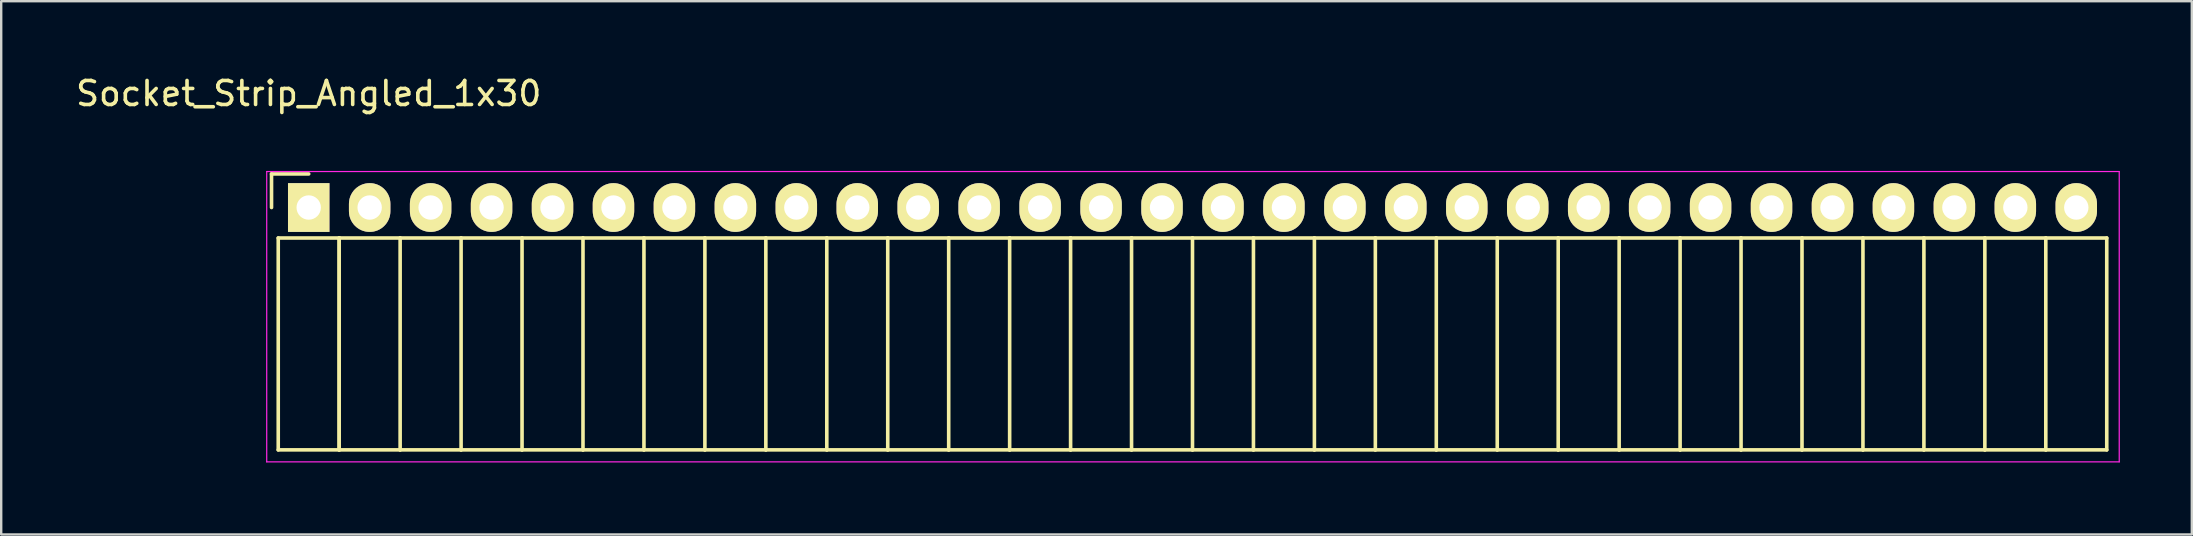
<source format=kicad_pcb>
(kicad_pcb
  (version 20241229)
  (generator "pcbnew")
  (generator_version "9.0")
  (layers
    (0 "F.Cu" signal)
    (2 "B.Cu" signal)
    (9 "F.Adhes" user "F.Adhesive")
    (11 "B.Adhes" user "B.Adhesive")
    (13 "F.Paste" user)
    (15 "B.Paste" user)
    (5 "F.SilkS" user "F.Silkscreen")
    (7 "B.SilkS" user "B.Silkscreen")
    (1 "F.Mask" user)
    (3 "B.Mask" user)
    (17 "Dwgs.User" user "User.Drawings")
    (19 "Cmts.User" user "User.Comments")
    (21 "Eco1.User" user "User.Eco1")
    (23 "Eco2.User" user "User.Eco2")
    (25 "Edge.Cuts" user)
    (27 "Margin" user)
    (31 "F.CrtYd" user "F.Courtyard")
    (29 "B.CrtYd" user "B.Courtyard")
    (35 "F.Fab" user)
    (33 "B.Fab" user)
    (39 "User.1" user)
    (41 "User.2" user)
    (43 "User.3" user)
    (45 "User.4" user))
  (footprint "Socket_Strip_Angled_1x30"
    (layer "F.Cu")
    (at 9.815 5.598)
    (property "Reference" "Socket_Strip_Angled_1x30" (at 0 -4.75 0) (layer "F.SilkS") (effects (font (size 1 1) (thickness 0.15))))
    (attr through_hole)
    (fp_line (start -1.55 -1.4) (end -1.55 0) (stroke (width 0.15) (type solid)) (layer "F.SilkS"))
    (fp_line (start -1.27 1.27) (end -1.27 10.1) (stroke (width 0.15) (type solid)) (layer "F.SilkS"))
    (fp_line (start -1.27 1.27) (end 1.27 1.27) (stroke (width 0.15) (type solid)) (layer "F.SilkS"))
    (fp_line (start -1.27 10.1) (end 1.27 10.1) (stroke (width 0.15) (type solid)) (layer "F.SilkS"))
    (fp_line (start 0 -1.4) (end -1.55 -1.4) (stroke (width 0.15) (type solid)) (layer "F.SilkS"))
    (fp_line (start 1.27 1.27) (end 1.27 10.1) (stroke (width 0.15) (type solid)) (layer "F.SilkS"))
    (fp_line (start 1.27 1.27) (end 3.81 1.27) (stroke (width 0.15) (type solid)) (layer "F.SilkS"))
    (fp_line (start 1.27 10.1) (end 1.27 1.27) (stroke (width 0.15) (type solid)) (layer "F.SilkS"))
    (fp_line (start 1.27 10.1) (end 3.81 10.1) (stroke (width 0.15) (type solid)) (layer "F.SilkS"))
    (fp_line (start 3.81 1.27) (end 6.35 1.27) (stroke (width 0.15) (type solid)) (layer "F.SilkS"))
    (fp_line (start 3.81 10.1) (end 3.81 1.27) (stroke (width 0.15) (type solid)) (layer "F.SilkS"))
    (fp_line (start 3.81 10.1) (end 6.35 10.1) (stroke (width 0.15) (type solid)) (layer "F.SilkS"))
    (fp_line (start 6.35 1.27) (end 8.89 1.27) (stroke (width 0.15) (type solid)) (layer "F.SilkS"))
    (fp_line (start 6.35 10.1) (end 6.35 1.27) (stroke (width 0.15) (type solid)) (layer "F.SilkS"))
    (fp_line (start 6.35 10.1) (end 8.89 10.1) (stroke (width 0.15) (type solid)) (layer "F.SilkS"))
    (fp_line (start 8.89 1.27) (end 11.43 1.27) (stroke (width 0.15) (type solid)) (layer "F.SilkS"))
    (fp_line (start 8.89 10.1) (end 8.89 1.27) (stroke (width 0.15) (type solid)) (layer "F.SilkS"))
    (fp_line (start 8.89 10.1) (end 11.43 10.1) (stroke (width 0.15) (type solid)) (layer "F.SilkS"))
    (fp_line (start 11.43 1.27) (end 13.97 1.27) (stroke (width 0.15) (type solid)) (layer "F.SilkS"))
    (fp_line (start 11.43 10.1) (end 11.43 1.27) (stroke (width 0.15) (type solid)) (layer "F.SilkS"))
    (fp_line (start 11.43 10.1) (end 13.97 10.1) (stroke (width 0.15) (type solid)) (layer "F.SilkS"))
    (fp_line (start 13.97 1.27) (end 16.51 1.27) (stroke (width 0.15) (type solid)) (layer "F.SilkS"))
    (fp_line (start 13.97 10.1) (end 13.97 1.27) (stroke (width 0.15) (type solid)) (layer "F.SilkS"))
    (fp_line (start 13.97 10.1) (end 16.51 10.1) (stroke (width 0.15) (type solid)) (layer "F.SilkS"))
    (fp_line (start 16.51 1.27) (end 19.05 1.27) (stroke (width 0.15) (type solid)) (layer "F.SilkS"))
    (fp_line (start 16.51 10.1) (end 16.51 1.27) (stroke (width 0.15) (type solid)) (layer "F.SilkS"))
    (fp_line (start 16.51 10.1) (end 19.05 10.1) (stroke (width 0.15) (type solid)) (layer "F.SilkS"))
    (fp_line (start 19.05 1.27) (end 21.59 1.27) (stroke (width 0.15) (type solid)) (layer "F.SilkS"))
    (fp_line (start 19.05 10.1) (end 19.05 1.27) (stroke (width 0.15) (type solid)) (layer "F.SilkS"))
    (fp_line (start 19.05 10.1) (end 21.59 10.1) (stroke (width 0.15) (type solid)) (layer "F.SilkS"))
    (fp_line (start 21.59 1.27) (end 24.13 1.27) (stroke (width 0.15) (type solid)) (layer "F.SilkS"))
    (fp_line (start 21.59 10.1) (end 21.59 1.27) (stroke (width 0.15) (type solid)) (layer "F.SilkS"))
    (fp_line (start 21.59 10.1) (end 24.13 10.1) (stroke (width 0.15) (type solid)) (layer "F.SilkS"))
    (fp_line (start 24.13 1.27) (end 26.67 1.27) (stroke (width 0.15) (type solid)) (layer "F.SilkS"))
    (fp_line (start 24.13 10.1) (end 24.13 1.27) (stroke (width 0.15) (type solid)) (layer "F.SilkS"))
    (fp_line (start 24.13 10.1) (end 26.67 10.1) (stroke (width 0.15) (type solid)) (layer "F.SilkS"))
    (fp_line (start 26.67 1.27) (end 29.21 1.27) (stroke (width 0.15) (type solid)) (layer "F.SilkS"))
    (fp_line (start 26.67 10.1) (end 26.67 1.27) (stroke (width 0.15) (type solid)) (layer "F.SilkS"))
    (fp_line (start 26.67 10.1) (end 29.21 10.1) (stroke (width 0.15) (type solid)) (layer "F.SilkS"))
    (fp_line (start 29.21 1.27) (end 31.75 1.27) (stroke (width 0.15) (type solid)) (layer "F.SilkS"))
    (fp_line (start 29.21 10.1) (end 29.21 1.27) (stroke (width 0.15) (type solid)) (layer "F.SilkS"))
    (fp_line (start 29.21 10.1) (end 31.75 10.1) (stroke (width 0.15) (type solid)) (layer "F.SilkS"))
    (fp_line (start 31.75 1.27) (end 34.29 1.27) (stroke (width 0.15) (type solid)) (layer "F.SilkS"))
    (fp_line (start 31.75 10.1) (end 31.75 1.27) (stroke (width 0.15) (type solid)) (layer "F.SilkS"))
    (fp_line (start 31.75 10.1) (end 34.29 10.1) (stroke (width 0.15) (type solid)) (layer "F.SilkS"))
    (fp_line (start 34.29 1.27) (end 36.83 1.27) (stroke (width 0.15) (type solid)) (layer "F.SilkS"))
    (fp_line (start 34.29 10.1) (end 34.29 1.27) (stroke (width 0.15) (type solid)) (layer "F.SilkS"))
    (fp_line (start 34.29 10.1) (end 36.83 10.1) (stroke (width 0.15) (type solid)) (layer "F.SilkS"))
    (fp_line (start 36.83 1.27) (end 39.37 1.27) (stroke (width 0.15) (type solid)) (layer "F.SilkS"))
    (fp_line (start 36.83 10.1) (end 36.83 1.27) (stroke (width 0.15) (type solid)) (layer "F.SilkS"))
    (fp_line (start 36.83 10.1) (end 39.37 10.1) (stroke (width 0.15) (type solid)) (layer "F.SilkS"))
    (fp_line (start 39.37 1.27) (end 41.91 1.27) (stroke (width 0.15) (type solid)) (layer "F.SilkS"))
    (fp_line (start 39.37 10.1) (end 39.37 1.27) (stroke (width 0.15) (type solid)) (layer "F.SilkS"))
    (fp_line (start 39.37 10.1) (end 41.91 10.1) (stroke (width 0.15) (type solid)) (layer "F.SilkS"))
    (fp_line (start 41.91 1.27) (end 44.45 1.27) (stroke (width 0.15) (type solid)) (layer "F.SilkS"))
    (fp_line (start 41.91 10.1) (end 41.91 1.27) (stroke (width 0.15) (type solid)) (layer "F.SilkS"))
    (fp_line (start 41.91 10.1) (end 44.45 10.1) (stroke (width 0.15) (type solid)) (layer "F.SilkS"))
    (fp_line (start 44.45 1.27) (end 46.99 1.27) (stroke (width 0.15) (type solid)) (layer "F.SilkS"))
    (fp_line (start 44.45 10.1) (end 44.45 1.27) (stroke (width 0.15) (type solid)) (layer "F.SilkS"))
    (fp_line (start 44.45 10.1) (end 46.99 10.1) (stroke (width 0.15) (type solid)) (layer "F.SilkS"))
    (fp_line (start 46.99 1.27) (end 49.53 1.27) (stroke (width 0.15) (type solid)) (layer "F.SilkS"))
    (fp_line (start 46.99 10.1) (end 46.99 1.27) (stroke (width 0.15) (type solid)) (layer "F.SilkS"))
    (fp_line (start 46.99 10.1) (end 49.53 10.1) (stroke (width 0.15) (type solid)) (layer "F.SilkS"))
    (fp_line (start 49.53 1.27) (end 52.07 1.27) (stroke (width 0.15) (type solid)) (layer "F.SilkS"))
    (fp_line (start 49.53 10.1) (end 49.53 1.27) (stroke (width 0.15) (type solid)) (layer "F.SilkS"))
    (fp_line (start 49.53 10.1) (end 52.07 10.1) (stroke (width 0.15) (type solid)) (layer "F.SilkS"))
    (fp_line (start 52.07 1.27) (end 54.61 1.27) (stroke (width 0.15) (type solid)) (layer "F.SilkS"))
    (fp_line (start 52.07 10.1) (end 52.07 1.27) (stroke (width 0.15) (type solid)) (layer "F.SilkS"))
    (fp_line (start 52.07 10.1) (end 54.61 10.1) (stroke (width 0.15) (type solid)) (layer "F.SilkS"))
    (fp_line (start 54.61 1.27) (end 57.15 1.27) (stroke (width 0.15) (type solid)) (layer "F.SilkS"))
    (fp_line (start 54.61 10.1) (end 54.61 1.27) (stroke (width 0.15) (type solid)) (layer "F.SilkS"))
    (fp_line (start 54.61 10.1) (end 57.15 10.1) (stroke (width 0.15) (type solid)) (layer "F.SilkS"))
    (fp_line (start 57.15 1.27) (end 59.69 1.27) (stroke (width 0.15) (type solid)) (layer "F.SilkS"))
    (fp_line (start 57.15 10.1) (end 57.15 1.27) (stroke (width 0.15) (type solid)) (layer "F.SilkS"))
    (fp_line (start 57.15 10.1) (end 59.69 10.1) (stroke (width 0.15) (type solid)) (layer "F.SilkS"))
    (fp_line (start 59.69 1.27) (end 62.23 1.27) (stroke (width 0.15) (type solid)) (layer "F.SilkS"))
    (fp_line (start 59.69 10.1) (end 59.69 1.27) (stroke (width 0.15) (type solid)) (layer "F.SilkS"))
    (fp_line (start 59.69 10.1) (end 62.23 10.1) (stroke (width 0.15) (type solid)) (layer "F.SilkS"))
    (fp_line (start 62.23 1.27) (end 64.77 1.27) (stroke (width 0.15) (type solid)) (layer "F.SilkS"))
    (fp_line (start 62.23 10.1) (end 62.23 1.27) (stroke (width 0.15) (type solid)) (layer "F.SilkS"))
    (fp_line (start 62.23 10.1) (end 64.77 10.1) (stroke (width 0.15) (type solid)) (layer "F.SilkS"))
    (fp_line (start 64.77 1.27) (end 67.31 1.27) (stroke (width 0.15) (type solid)) (layer "F.SilkS"))
    (fp_line (start 64.77 10.1) (end 64.77 1.27) (stroke (width 0.15) (type solid)) (layer "F.SilkS"))
    (fp_line (start 64.77 10.1) (end 67.31 10.1) (stroke (width 0.15) (type solid)) (layer "F.SilkS"))
    (fp_line (start 67.31 1.27) (end 69.85 1.27) (stroke (width 0.15) (type solid)) (layer "F.SilkS"))
    (fp_line (start 67.31 10.1) (end 67.31 1.27) (stroke (width 0.15) (type solid)) (layer "F.SilkS"))
    (fp_line (start 67.31 10.1) (end 69.85 10.1) (stroke (width 0.15) (type solid)) (layer "F.SilkS"))
    (fp_line (start 69.85 1.27) (end 72.39 1.27) (stroke (width 0.15) (type solid)) (layer "F.SilkS"))
    (fp_line (start 69.85 10.1) (end 69.85 1.27) (stroke (width 0.15) (type solid)) (layer "F.SilkS"))
    (fp_line (start 69.85 10.1) (end 72.39 10.1) (stroke (width 0.15) (type solid)) (layer "F.SilkS"))
    (fp_line (start 72.39 1.27) (end 74.93 1.27) (stroke (width 0.15) (type solid)) (layer "F.SilkS"))
    (fp_line (start 72.39 10.1) (end 72.39 1.27) (stroke (width 0.15) (type solid)) (layer "F.SilkS"))
    (fp_line (start 72.39 10.1) (end 74.93 10.1) (stroke (width 0.15) (type solid)) (layer "F.SilkS"))
    (fp_line (start 74.93 10.1) (end 74.93 1.27) (stroke (width 0.15) (type solid)) (layer "F.SilkS"))
    (fp_line (start -1.75 -1.5) (end -1.75 10.6) (stroke (width 0.05) (type solid)) (layer "F.CrtYd"))
    (fp_line (start -1.75 -1.5) (end 75.45 -1.5) (stroke (width 0.05) (type solid)) (layer "F.CrtYd"))
    (fp_line (start -1.75 10.6) (end 75.45 10.6) (stroke (width 0.05) (type solid)) (layer "F.CrtYd"))
    (fp_line (start 75.45 -1.5) (end 75.45 10.6) (stroke (width 0.05) (type solid)) (layer "F.CrtYd"))
    (pad "1" thru_hole rect (at 0 0) (size 1.727 2.032) (drill 1.016) (layers "*.Cu" "*.Mask" "F.SilkS"))
    (pad "2" thru_hole oval (at 2.54 0) (size 1.727 2.032) (drill 1.016) (layers "*.Cu" "*.Mask" "F.SilkS"))
    (pad "3" thru_hole oval (at 5.08 0) (size 1.727 2.032) (drill 1.016) (layers "*.Cu" "*.Mask" "F.SilkS"))
    (pad "4" thru_hole oval (at 7.62 0) (size 1.727 2.032) (drill 1.016) (layers "*.Cu" "*.Mask" "F.SilkS"))
    (pad "5" thru_hole oval (at 10.16 0) (size 1.727 2.032) (drill 1.016) (layers "*.Cu" "*.Mask" "F.SilkS"))
    (pad "6" thru_hole oval (at 12.7 0) (size 1.727 2.032) (drill 1.016) (layers "*.Cu" "*.Mask" "F.SilkS"))
    (pad "7" thru_hole oval (at 15.24 0) (size 1.727 2.032) (drill 1.016) (layers "*.Cu" "*.Mask" "F.SilkS"))
    (pad "8" thru_hole oval (at 17.78 0) (size 1.727 2.032) (drill 1.016) (layers "*.Cu" "*.Mask" "F.SilkS"))
    (pad "9" thru_hole oval (at 20.32 0) (size 1.727 2.032) (drill 1.016) (layers "*.Cu" "*.Mask" "F.SilkS"))
    (pad "10" thru_hole oval (at 22.86 0) (size 1.727 2.032) (drill 1.016) (layers "*.Cu" "*.Mask" "F.SilkS"))
    (pad "11" thru_hole oval (at 25.4 0) (size 1.727 2.032) (drill 1.016) (layers "*.Cu" "*.Mask" "F.SilkS"))
    (pad "12" thru_hole oval (at 27.94 0) (size 1.727 2.032) (drill 1.016) (layers "*.Cu" "*.Mask" "F.SilkS"))
    (pad "13" thru_hole oval (at 30.48 0) (size 1.727 2.032) (drill 1.016) (layers "*.Cu" "*.Mask" "F.SilkS"))
    (pad "14" thru_hole oval (at 33.02 0) (size 1.727 2.032) (drill 1.016) (layers "*.Cu" "*.Mask" "F.SilkS"))
    (pad "15" thru_hole oval (at 35.56 0) (size 1.727 2.032) (drill 1.016) (layers "*.Cu" "*.Mask" "F.SilkS"))
    (pad "16" thru_hole oval (at 38.1 0) (size 1.727 2.032) (drill 1.016) (layers "*.Cu" "*.Mask" "F.SilkS"))
    (pad "17" thru_hole oval (at 40.64 0) (size 1.727 2.032) (drill 1.016) (layers "*.Cu" "*.Mask" "F.SilkS"))
    (pad "18" thru_hole oval (at 43.18 0) (size 1.727 2.032) (drill 1.016) (layers "*.Cu" "*.Mask" "F.SilkS"))
    (pad "19" thru_hole oval (at 45.72 0) (size 1.727 2.032) (drill 1.016) (layers "*.Cu" "*.Mask" "F.SilkS"))
    (pad "20" thru_hole oval (at 48.26 0) (size 1.727 2.032) (drill 1.016) (layers "*.Cu" "*.Mask" "F.SilkS"))
    (pad "21" thru_hole oval (at 50.8 0) (size 1.727 2.032) (drill 1.016) (layers "*.Cu" "*.Mask" "F.SilkS"))
    (pad "22" thru_hole oval (at 53.34 0) (size 1.727 2.032) (drill 1.016) (layers "*.Cu" "*.Mask" "F.SilkS"))
    (pad "23" thru_hole oval (at 55.88 0) (size 1.727 2.032) (drill 1.016) (layers "*.Cu" "*.Mask" "F.SilkS"))
    (pad "24" thru_hole oval (at 58.42 0) (size 1.727 2.032) (drill 1.016) (layers "*.Cu" "*.Mask" "F.SilkS"))
    (pad "25" thru_hole oval (at 60.96 0) (size 1.727 2.032) (drill 1.016) (layers "*.Cu" "*.Mask" "F.SilkS"))
    (pad "26" thru_hole oval (at 63.5 0) (size 1.727 2.032) (drill 1.016) (layers "*.Cu" "*.Mask" "F.SilkS"))
    (pad "27" thru_hole oval (at 66.04 0) (size 1.727 2.032) (drill 1.016) (layers "*.Cu" "*.Mask" "F.SilkS"))
    (pad "28" thru_hole oval (at 68.58 0) (size 1.727 2.032) (drill 1.016) (layers "*.Cu" "*.Mask" "F.SilkS"))
    (pad "29" thru_hole oval (at 71.12 0) (size 1.727 2.032) (drill 1.016) (layers "*.Cu" "*.Mask" "F.SilkS"))
    (pad "30" thru_hole oval (at 73.66 0) (size 1.727 2.032) (drill 1.016) (layers "*.Cu" "*.Mask" "F.SilkS")))
  (gr_rect
    (start -3 -3)
    (end 88.29 19.223)
    (stroke (width 0.1) (type default))
    (fill no)
    (layer "Edge.Cuts")))
</source>
